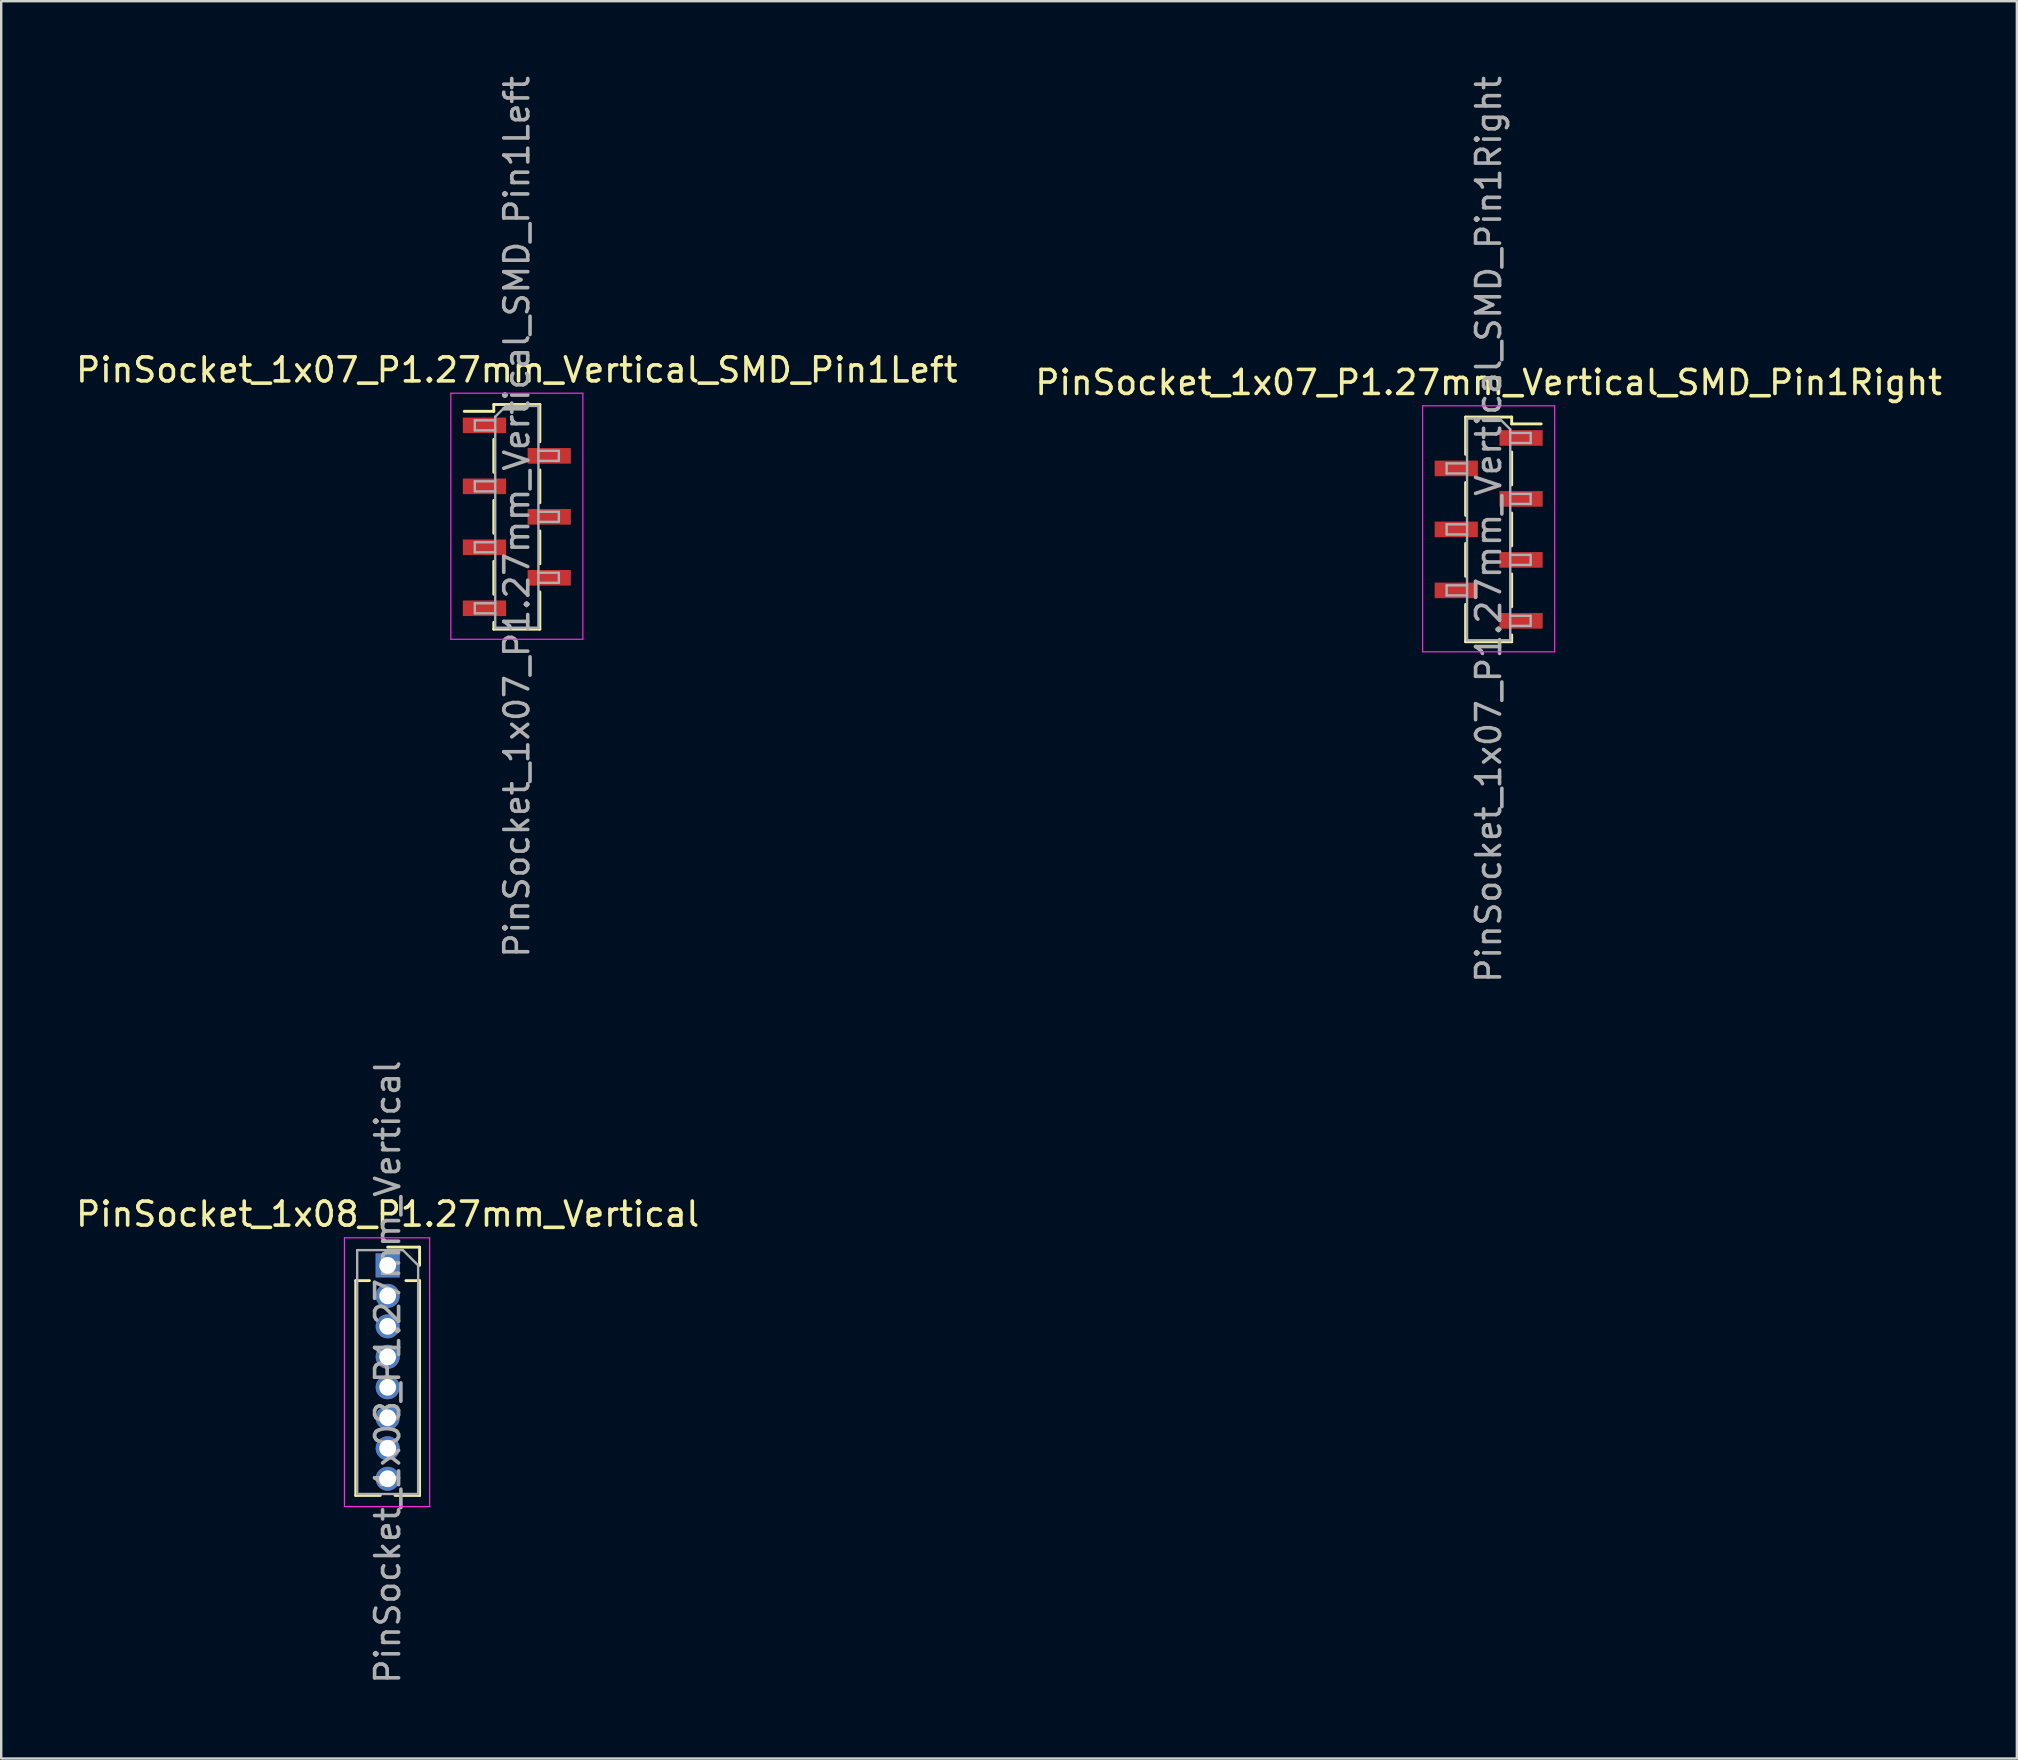
<source format=kicad_pcb>
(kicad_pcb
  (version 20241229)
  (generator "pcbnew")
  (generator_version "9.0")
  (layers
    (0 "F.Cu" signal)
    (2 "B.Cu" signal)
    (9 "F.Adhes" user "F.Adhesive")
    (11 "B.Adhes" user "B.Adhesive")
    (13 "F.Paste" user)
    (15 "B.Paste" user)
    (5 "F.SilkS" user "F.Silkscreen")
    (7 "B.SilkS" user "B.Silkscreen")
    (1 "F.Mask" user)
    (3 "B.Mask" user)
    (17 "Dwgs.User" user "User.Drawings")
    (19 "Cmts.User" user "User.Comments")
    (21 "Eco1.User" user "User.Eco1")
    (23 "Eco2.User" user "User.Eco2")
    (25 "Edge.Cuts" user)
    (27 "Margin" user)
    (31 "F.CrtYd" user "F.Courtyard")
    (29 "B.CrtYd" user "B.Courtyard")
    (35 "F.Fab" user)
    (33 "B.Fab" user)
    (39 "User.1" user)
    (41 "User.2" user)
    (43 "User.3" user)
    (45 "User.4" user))
  (footprint "PinSocket_1x08_P1.27mm_Vertical"
    (layer "F.Cu")
    (at 13.101 49.668)
    (property "Reference" "PinSocket_1x08_P1.27mm_Vertical" (at 0 -2.135 0) (layer "F.SilkS") (effects (font (size 1 1) (thickness 0.15))))
    (attr through_hole)
    (fp_line (start -1.33 0.635) (end -1.33 9.585) (stroke (width 0.12) (type solid)) (layer "F.SilkS"))
    (fp_line (start -1.33 0.635) (end -0.76 0.635) (stroke (width 0.12) (type solid)) (layer "F.SilkS"))
    (fp_line (start -1.33 9.585) (end -0.308 9.585) (stroke (width 0.12) (type solid)) (layer "F.SilkS"))
    (fp_line (start 0 -0.76) (end 1.33 -0.76) (stroke (width 0.12) (type solid)) (layer "F.SilkS"))
    (fp_line (start 0.308 9.585) (end 1.33 9.585) (stroke (width 0.12) (type solid)) (layer "F.SilkS"))
    (fp_line (start 0.76 0.635) (end 1.33 0.635) (stroke (width 0.12) (type solid)) (layer "F.SilkS"))
    (fp_line (start 1.33 -0.76) (end 1.33 0) (stroke (width 0.12) (type solid)) (layer "F.SilkS"))
    (fp_line (start 1.33 0.635) (end 1.33 9.585) (stroke (width 0.12) (type solid)) (layer "F.SilkS"))
    (fp_line (start -1.8 -1.15) (end 1.75 -1.15) (stroke (width 0.05) (type solid)) (layer "F.CrtYd"))
    (fp_line (start -1.8 10.05) (end -1.8 -1.15) (stroke (width 0.05) (type solid)) (layer "F.CrtYd"))
    (fp_line (start 1.75 -1.15) (end 1.75 10.05) (stroke (width 0.05) (type solid)) (layer "F.CrtYd"))
    (fp_line (start 1.75 10.05) (end -1.8 10.05) (stroke (width 0.05) (type solid)) (layer "F.CrtYd"))
    (fp_line (start -1.27 -0.635) (end 0.635 -0.635) (stroke (width 0.1) (type solid)) (layer "F.Fab"))
    (fp_line (start -1.27 9.525) (end -1.27 -0.635) (stroke (width 0.1) (type solid)) (layer "F.Fab"))
    (fp_line (start 0.635 -0.635) (end 1.27 0) (stroke (width 0.1) (type solid)) (layer "F.Fab"))
    (fp_line (start 1.27 0) (end 1.27 9.525) (stroke (width 0.1) (type solid)) (layer "F.Fab"))
    (fp_line (start 1.27 9.525) (end -1.27 9.525) (stroke (width 0.1) (type solid)) (layer "F.Fab"))
    (fp_text user "${REFERENCE}" (at 0 4.445 90) (layer "F.Fab") (effects (font (size 1 1) (thickness 0.15))))
    (pad "1" thru_hole rect (at 0 0) (size 1 1) (drill 0.7) (layers "*.Cu" "*.Mask"))
    (pad "2" thru_hole oval (at 0 1.27) (size 1 1) (drill 0.7) (layers "*.Cu" "*.Mask"))
    (pad "3" thru_hole oval (at 0 2.54) (size 1 1) (drill 0.7) (layers "*.Cu" "*.Mask"))
    (pad "4" thru_hole oval (at 0 3.81) (size 1 1) (drill 0.7) (layers "*.Cu" "*.Mask"))
    (pad "5" thru_hole oval (at 0 5.08) (size 1 1) (drill 0.7) (layers "*.Cu" "*.Mask"))
    (pad "6" thru_hole oval (at 0 6.35) (size 1 1) (drill 0.7) (layers "*.Cu" "*.Mask"))
    (pad "7" thru_hole oval (at 0 7.62) (size 1 1) (drill 0.7) (layers "*.Cu" "*.Mask"))
    (pad "8" thru_hole oval (at 0 8.89) (size 1 1) (drill 0.7) (layers "*.Cu" "*.Mask")))
  (footprint "PinSocket_1x07_P1.27mm_Vertical_SMD_Pin1Left"
    (layer "F.Cu")
    (at 18.482 18.482)
    (property "Reference" "PinSocket_1x07_P1.27mm_Vertical_SMD_Pin1Left" (at 0 -6.12 0) (layer "F.SilkS") (effects (font (size 1 1) (thickness 0.15))))
    (attr smd)
    (fp_line (start -2.19 -4.395) (end -0.96 -4.395) (stroke (width 0.12) (type solid)) (layer "F.SilkS"))
    (fp_line (start -0.96 -4.68) (end -0.96 -4.395) (stroke (width 0.12) (type solid)) (layer "F.SilkS"))
    (fp_line (start -0.96 -4.68) (end 0.96 -4.68) (stroke (width 0.12) (type solid)) (layer "F.SilkS"))
    (fp_line (start -0.96 -3.225) (end -0.96 -1.855) (stroke (width 0.12) (type solid)) (layer "F.SilkS"))
    (fp_line (start -0.96 -0.685) (end -0.96 0.685) (stroke (width 0.12) (type solid)) (layer "F.SilkS"))
    (fp_line (start -0.96 1.855) (end -0.96 3.225) (stroke (width 0.12) (type solid)) (layer "F.SilkS"))
    (fp_line (start -0.96 4.395) (end -0.96 4.68) (stroke (width 0.12) (type solid)) (layer "F.SilkS"))
    (fp_line (start -0.96 4.68) (end 0.96 4.68) (stroke (width 0.12) (type solid)) (layer "F.SilkS"))
    (fp_line (start 0.96 -4.68) (end 0.96 -3.125) (stroke (width 0.12) (type solid)) (layer "F.SilkS"))
    (fp_line (start 0.96 -1.955) (end 0.96 -0.585) (stroke (width 0.12) (type solid)) (layer "F.SilkS"))
    (fp_line (start 0.96 0.585) (end 0.96 1.955) (stroke (width 0.12) (type solid)) (layer "F.SilkS"))
    (fp_line (start 0.96 3.125) (end 0.96 4.68) (stroke (width 0.12) (type solid)) (layer "F.SilkS"))
    (fp_line (start -2.75 -5.15) (end 2.75 -5.15) (stroke (width 0.05) (type solid)) (layer "F.CrtYd"))
    (fp_line (start -2.75 5.1) (end -2.75 -5.15) (stroke (width 0.05) (type solid)) (layer "F.CrtYd"))
    (fp_line (start 2.75 -5.15) (end 2.75 5.1) (stroke (width 0.05) (type solid)) (layer "F.CrtYd"))
    (fp_line (start 2.75 5.1) (end -2.75 5.1) (stroke (width 0.05) (type solid)) (layer "F.CrtYd"))
    (fp_line (start -1.75 -4.02) (end -0.9 -4.02) (stroke (width 0.1) (type solid)) (layer "F.Fab"))
    (fp_line (start -1.75 -3.6) (end -1.75 -4.02) (stroke (width 0.1) (type solid)) (layer "F.Fab"))
    (fp_line (start -1.75 -1.48) (end -0.9 -1.48) (stroke (width 0.1) (type solid)) (layer "F.Fab"))
    (fp_line (start -1.75 -1.06) (end -1.75 -1.48) (stroke (width 0.1) (type solid)) (layer "F.Fab"))
    (fp_line (start -1.75 1.06) (end -0.9 1.06) (stroke (width 0.1) (type solid)) (layer "F.Fab"))
    (fp_line (start -1.75 1.48) (end -1.75 1.06) (stroke (width 0.1) (type solid)) (layer "F.Fab"))
    (fp_line (start -1.75 3.6) (end -0.9 3.6) (stroke (width 0.1) (type solid)) (layer "F.Fab"))
    (fp_line (start -1.75 4.02) (end -1.75 3.6) (stroke (width 0.1) (type solid)) (layer "F.Fab"))
    (fp_line (start -0.9 -4.17) (end -0.45 -4.62) (stroke (width 0.1) (type solid)) (layer "F.Fab"))
    (fp_line (start -0.9 -3.6) (end -1.75 -3.6) (stroke (width 0.1) (type solid)) (layer "F.Fab"))
    (fp_line (start -0.9 -1.06) (end -1.75 -1.06) (stroke (width 0.1) (type solid)) (layer "F.Fab"))
    (fp_line (start -0.9 1.48) (end -1.75 1.48) (stroke (width 0.1) (type solid)) (layer "F.Fab"))
    (fp_line (start -0.9 4.02) (end -1.75 4.02) (stroke (width 0.1) (type solid)) (layer "F.Fab"))
    (fp_line (start -0.9 4.62) (end -0.9 -4.17) (stroke (width 0.1) (type solid)) (layer "F.Fab"))
    (fp_line (start -0.45 -4.62) (end 0.9 -4.62) (stroke (width 0.1) (type solid)) (layer "F.Fab"))
    (fp_line (start 0.9 -4.62) (end 0.9 4.62) (stroke (width 0.1) (type solid)) (layer "F.Fab"))
    (fp_line (start 0.9 -2.75) (end 1.75 -2.75) (stroke (width 0.1) (type solid)) (layer "F.Fab"))
    (fp_line (start 0.9 -0.21) (end 1.75 -0.21) (stroke (width 0.1) (type solid)) (layer "F.Fab"))
    (fp_line (start 0.9 2.33) (end 1.75 2.33) (stroke (width 0.1) (type solid)) (layer "F.Fab"))
    (fp_line (start 0.9 4.62) (end -0.9 4.62) (stroke (width 0.1) (type solid)) (layer "F.Fab"))
    (fp_line (start 1.75 -2.75) (end 1.75 -2.33) (stroke (width 0.1) (type solid)) (layer "F.Fab"))
    (fp_line (start 1.75 -2.33) (end 0.9 -2.33) (stroke (width 0.1) (type solid)) (layer "F.Fab"))
    (fp_line (start 1.75 -0.21) (end 1.75 0.21) (stroke (width 0.1) (type solid)) (layer "F.Fab"))
    (fp_line (start 1.75 0.21) (end 0.9 0.21) (stroke (width 0.1) (type solid)) (layer "F.Fab"))
    (fp_line (start 1.75 2.33) (end 1.75 2.75) (stroke (width 0.1) (type solid)) (layer "F.Fab"))
    (fp_line (start 1.75 2.75) (end 0.9 2.75) (stroke (width 0.1) (type solid)) (layer "F.Fab"))
    (fp_text user "${REFERENCE}" (at 0 0 90) (layer "F.Fab") (effects (font (size 1 1) (thickness 0.15))))
    (pad "1" smd rect (at -1.35 -3.81) (size 1.8 0.65) (layers "F.Cu" "F.Mask" "F.Paste"))
    (pad "2" smd rect (at 1.35 -2.54) (size 1.8 0.65) (layers "F.Cu" "F.Mask" "F.Paste"))
    (pad "3" smd rect (at -1.35 -1.27) (size 1.8 0.65) (layers "F.Cu" "F.Mask" "F.Paste"))
    (pad "4" smd rect (at 1.35 0) (size 1.8 0.65) (layers "F.Cu" "F.Mask" "F.Paste"))
    (pad "5" smd rect (at -1.35 1.27) (size 1.8 0.65) (layers "F.Cu" "F.Mask" "F.Paste"))
    (pad "6" smd rect (at 1.35 2.54) (size 1.8 0.65) (layers "F.Cu" "F.Mask" "F.Paste"))
    (pad "7" smd rect (at -1.35 3.81) (size 1.8 0.65) (layers "F.Cu" "F.Mask" "F.Paste")))
  (footprint "PinSocket_1x07_P1.27mm_Vertical_SMD_Pin1Right"
    (layer "F.Cu")
    (at 58.97 19.006)
    (property "Reference" "PinSocket_1x07_P1.27mm_Vertical_SMD_Pin1Right" (at 0 -6.12 0) (layer "F.SilkS") (effects (font (size 1 1) (thickness 0.15))))
    (attr smd)
    (fp_line (start -0.96 -4.68) (end -0.96 -3.125) (stroke (width 0.12) (type solid)) (layer "F.SilkS"))
    (fp_line (start -0.96 -4.68) (end 0.96 -4.68) (stroke (width 0.12) (type solid)) (layer "F.SilkS"))
    (fp_line (start -0.96 -1.955) (end -0.96 -0.585) (stroke (width 0.12) (type solid)) (layer "F.SilkS"))
    (fp_line (start -0.96 0.585) (end -0.96 1.955) (stroke (width 0.12) (type solid)) (layer "F.SilkS"))
    (fp_line (start -0.96 3.125) (end -0.96 4.68) (stroke (width 0.12) (type solid)) (layer "F.SilkS"))
    (fp_line (start -0.96 4.68) (end 0.96 4.68) (stroke (width 0.12) (type solid)) (layer "F.SilkS"))
    (fp_line (start 0.96 -4.68) (end 0.96 -4.395) (stroke (width 0.12) (type solid)) (layer "F.SilkS"))
    (fp_line (start 0.96 -4.395) (end 2.19 -4.395) (stroke (width 0.12) (type solid)) (layer "F.SilkS"))
    (fp_line (start 0.96 -3.225) (end 0.96 -1.855) (stroke (width 0.12) (type solid)) (layer "F.SilkS"))
    (fp_line (start 0.96 -0.685) (end 0.96 0.685) (stroke (width 0.12) (type solid)) (layer "F.SilkS"))
    (fp_line (start 0.96 1.855) (end 0.96 3.225) (stroke (width 0.12) (type solid)) (layer "F.SilkS"))
    (fp_line (start 0.96 4.395) (end 0.96 4.68) (stroke (width 0.12) (type solid)) (layer "F.SilkS"))
    (fp_line (start -2.75 -5.15) (end 2.75 -5.15) (stroke (width 0.05) (type solid)) (layer "F.CrtYd"))
    (fp_line (start -2.75 5.1) (end -2.75 -5.15) (stroke (width 0.05) (type solid)) (layer "F.CrtYd"))
    (fp_line (start 2.75 -5.15) (end 2.75 5.1) (stroke (width 0.05) (type solid)) (layer "F.CrtYd"))
    (fp_line (start 2.75 5.1) (end -2.75 5.1) (stroke (width 0.05) (type solid)) (layer "F.CrtYd"))
    (fp_line (start -1.75 -2.75) (end -0.9 -2.75) (stroke (width 0.1) (type solid)) (layer "F.Fab"))
    (fp_line (start -1.75 -2.33) (end -1.75 -2.75) (stroke (width 0.1) (type solid)) (layer "F.Fab"))
    (fp_line (start -1.75 -0.21) (end -0.9 -0.21) (stroke (width 0.1) (type solid)) (layer "F.Fab"))
    (fp_line (start -1.75 0.21) (end -1.75 -0.21) (stroke (width 0.1) (type solid)) (layer "F.Fab"))
    (fp_line (start -1.75 2.33) (end -0.9 2.33) (stroke (width 0.1) (type solid)) (layer "F.Fab"))
    (fp_line (start -1.75 2.75) (end -1.75 2.33) (stroke (width 0.1) (type solid)) (layer "F.Fab"))
    (fp_line (start -0.9 -4.62) (end 0.45 -4.62) (stroke (width 0.1) (type solid)) (layer "F.Fab"))
    (fp_line (start -0.9 -2.33) (end -1.75 -2.33) (stroke (width 0.1) (type solid)) (layer "F.Fab"))
    (fp_line (start -0.9 0.21) (end -1.75 0.21) (stroke (width 0.1) (type solid)) (layer "F.Fab"))
    (fp_line (start -0.9 2.75) (end -1.75 2.75) (stroke (width 0.1) (type solid)) (layer "F.Fab"))
    (fp_line (start -0.9 4.62) (end -0.9 -4.62) (stroke (width 0.1) (type solid)) (layer "F.Fab"))
    (fp_line (start 0.45 -4.62) (end 0.9 -4.17) (stroke (width 0.1) (type solid)) (layer "F.Fab"))
    (fp_line (start 0.9 -4.17) (end 0.9 4.62) (stroke (width 0.1) (type solid)) (layer "F.Fab"))
    (fp_line (start 0.9 -4.02) (end 1.75 -4.02) (stroke (width 0.1) (type solid)) (layer "F.Fab"))
    (fp_line (start 0.9 -1.48) (end 1.75 -1.48) (stroke (width 0.1) (type solid)) (layer "F.Fab"))
    (fp_line (start 0.9 1.06) (end 1.75 1.06) (stroke (width 0.1) (type solid)) (layer "F.Fab"))
    (fp_line (start 0.9 3.6) (end 1.75 3.6) (stroke (width 0.1) (type solid)) (layer "F.Fab"))
    (fp_line (start 0.9 4.62) (end -0.9 4.62) (stroke (width 0.1) (type solid)) (layer "F.Fab"))
    (fp_line (start 1.75 -4.02) (end 1.75 -3.6) (stroke (width 0.1) (type solid)) (layer "F.Fab"))
    (fp_line (start 1.75 -3.6) (end 0.9 -3.6) (stroke (width 0.1) (type solid)) (layer "F.Fab"))
    (fp_line (start 1.75 -1.48) (end 1.75 -1.06) (stroke (width 0.1) (type solid)) (layer "F.Fab"))
    (fp_line (start 1.75 -1.06) (end 0.9 -1.06) (stroke (width 0.1) (type solid)) (layer "F.Fab"))
    (fp_line (start 1.75 1.06) (end 1.75 1.48) (stroke (width 0.1) (type solid)) (layer "F.Fab"))
    (fp_line (start 1.75 1.48) (end 0.9 1.48) (stroke (width 0.1) (type solid)) (layer "F.Fab"))
    (fp_line (start 1.75 3.6) (end 1.75 4.02) (stroke (width 0.1) (type solid)) (layer "F.Fab"))
    (fp_line (start 1.75 4.02) (end 0.9 4.02) (stroke (width 0.1) (type solid)) (layer "F.Fab"))
    (fp_text user "${REFERENCE}" (at 0 0 90) (layer "F.Fab") (effects (font (size 1 1) (thickness 0.15))))
    (pad "1" smd rect (at 1.35 -3.81) (size 1.8 0.65) (layers "F.Cu" "F.Mask" "F.Paste"))
    (pad "2" smd rect (at -1.35 -2.54) (size 1.8 0.65) (layers "F.Cu" "F.Mask" "F.Paste"))
    (pad "3" smd rect (at 1.35 -1.27) (size 1.8 0.65) (layers "F.Cu" "F.Mask" "F.Paste"))
    (pad "4" smd rect (at -1.35 0) (size 1.8 0.65) (layers "F.Cu" "F.Mask" "F.Paste"))
    (pad "5" smd rect (at 1.35 1.27) (size 1.8 0.65) (layers "F.Cu" "F.Mask" "F.Paste"))
    (pad "6" smd rect (at -1.35 2.54) (size 1.8 0.65) (layers "F.Cu" "F.Mask" "F.Paste"))
    (pad "7" smd rect (at 1.35 3.81) (size 1.8 0.65) (layers "F.Cu" "F.Mask" "F.Paste")))
  (gr_rect
    (start -3 -3)
    (end 80.976 70.214)
    (stroke (width 0.1) (type default))
    (fill no)
    (layer "Edge.Cuts")))
</source>
